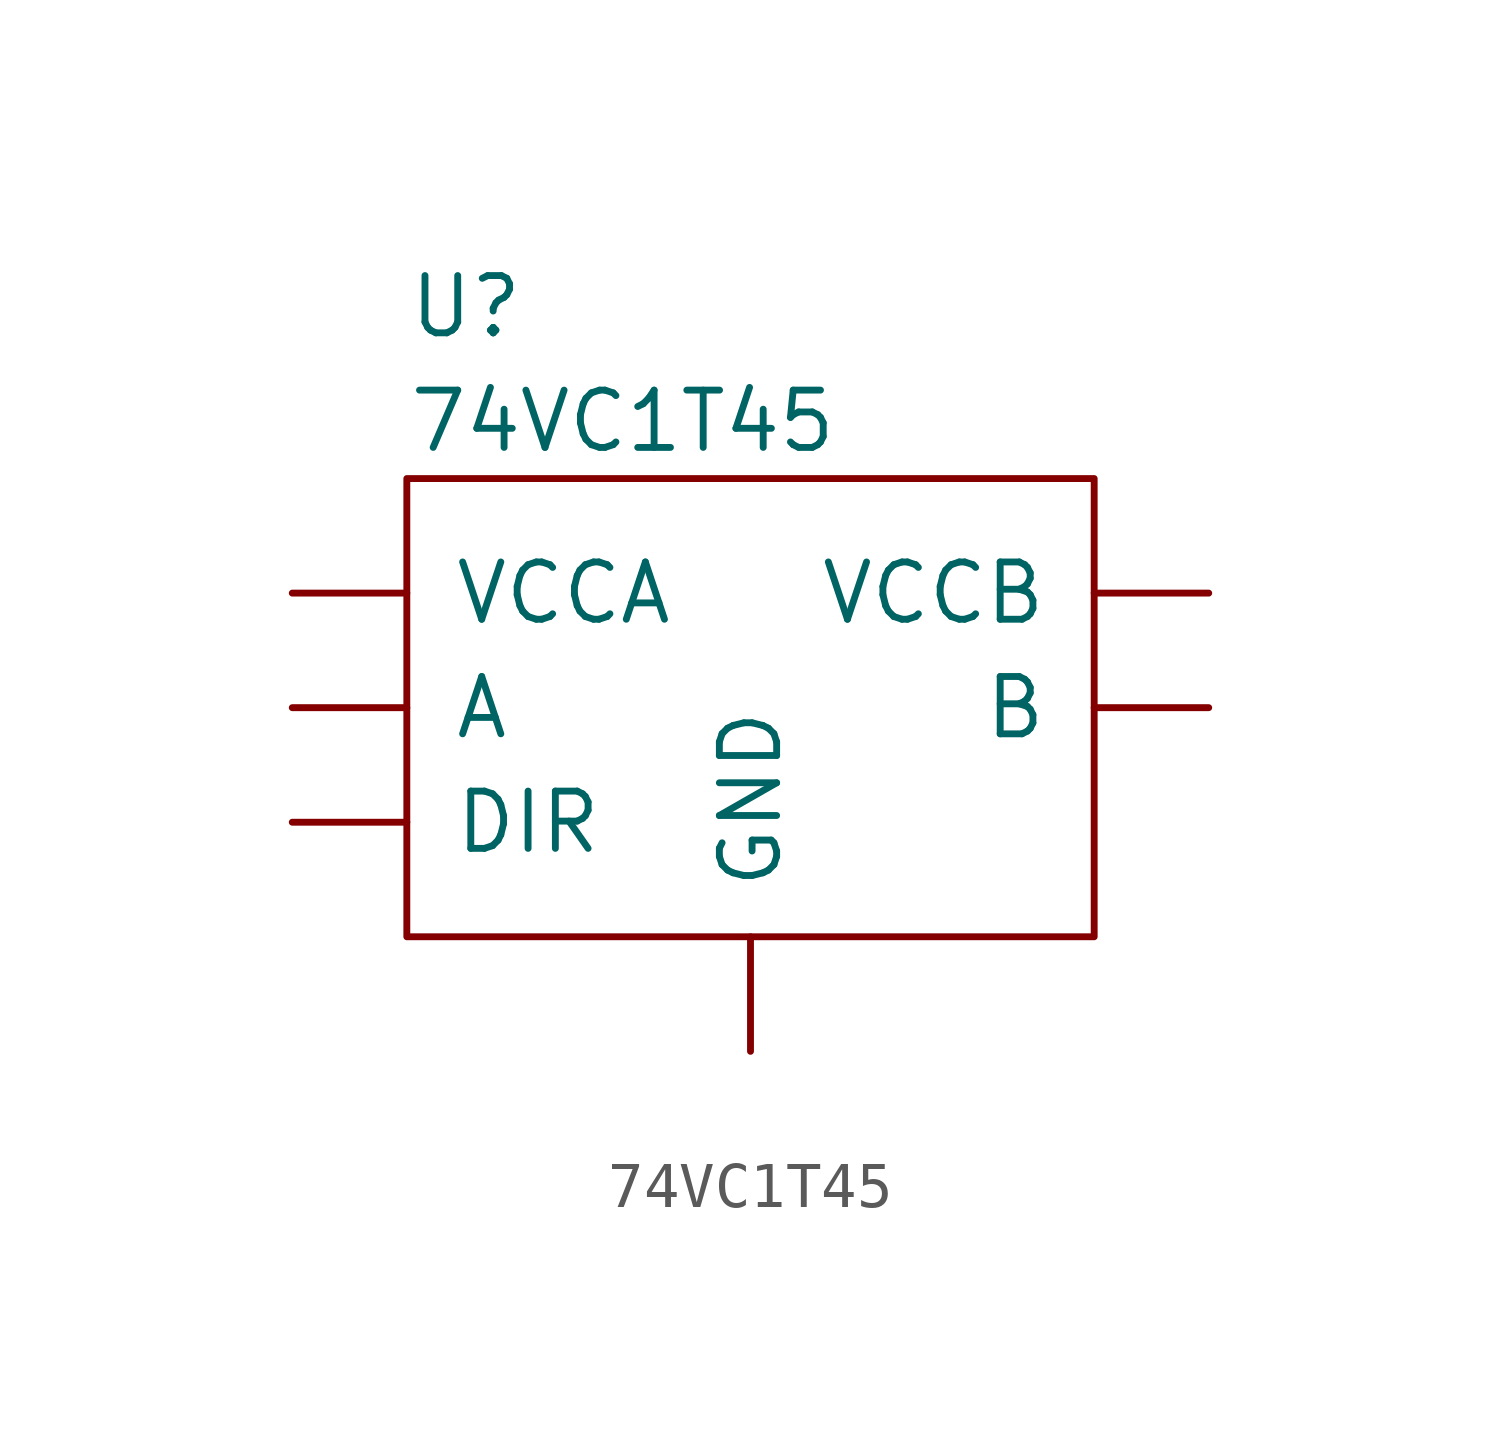
<source format=kicad_sym>
(kicad_symbol_lib
  (version 20211014)
  (generator kicad_symbol_editor)
  (symbol "74VC1T45"
    (pin_numbers hide)
    (pin_names
      (offset 1.016))
    (property "Reference" "U"
      (at -7.62 3.81 0)
      (effects (font (size 1.27 1.27)) (justify left)))
    (property "Value" "74VC1T45"
      (at -7.62 1.27 0)
      (effects (font (size 1.27 1.27)) (justify left)))
    (symbol "74VC1T45_0_1"
      (rectangle (start -7.62 0) (end 7.62 -10.16) (stroke (width 0) (type default) (color 0 0 0 0)) (fill (type none))))
    (symbol "74VC1T45_1_1"
      (pin power_in line (at -10.16 -2.54 0) (length 2.54) (name "VCCA" (effects (font (size 1.27 1.27)))) (number "1" (effects (font (size 1.016 1.016)))))
      (pin power_in line (at 0 -12.7 90) (length 2.54) (name "GND" (effects (font (size 1.27 1.27)))) (number "2" (effects (font (size 1.016 1.016)))))
      (pin tri_state line (at -10.16 -5.08 0) (length 2.54) (name "A" (effects (font (size 1.27 1.27)))) (number "3" (effects (font (size 1.016 1.016)))))
      (pin tri_state line (at 10.16 -5.08 180) (length 2.54) (name "B" (effects (font (size 1.27 1.27)))) (number "4" (effects (font (size 1.016 1.016)))))
      (pin input line (at -10.16 -7.62 0) (length 2.54) (name "DIR" (effects (font (size 1.27 1.27)))) (number "5" (effects (font (size 1.016 1.016)))))
      (pin power_in line (at 10.16 -2.54 180) (length 2.54) (name "VCCB" (effects (font (size 1.27 1.27)))) (number "6" (effects (font (size 1.016 1.016))))))))
</source>
